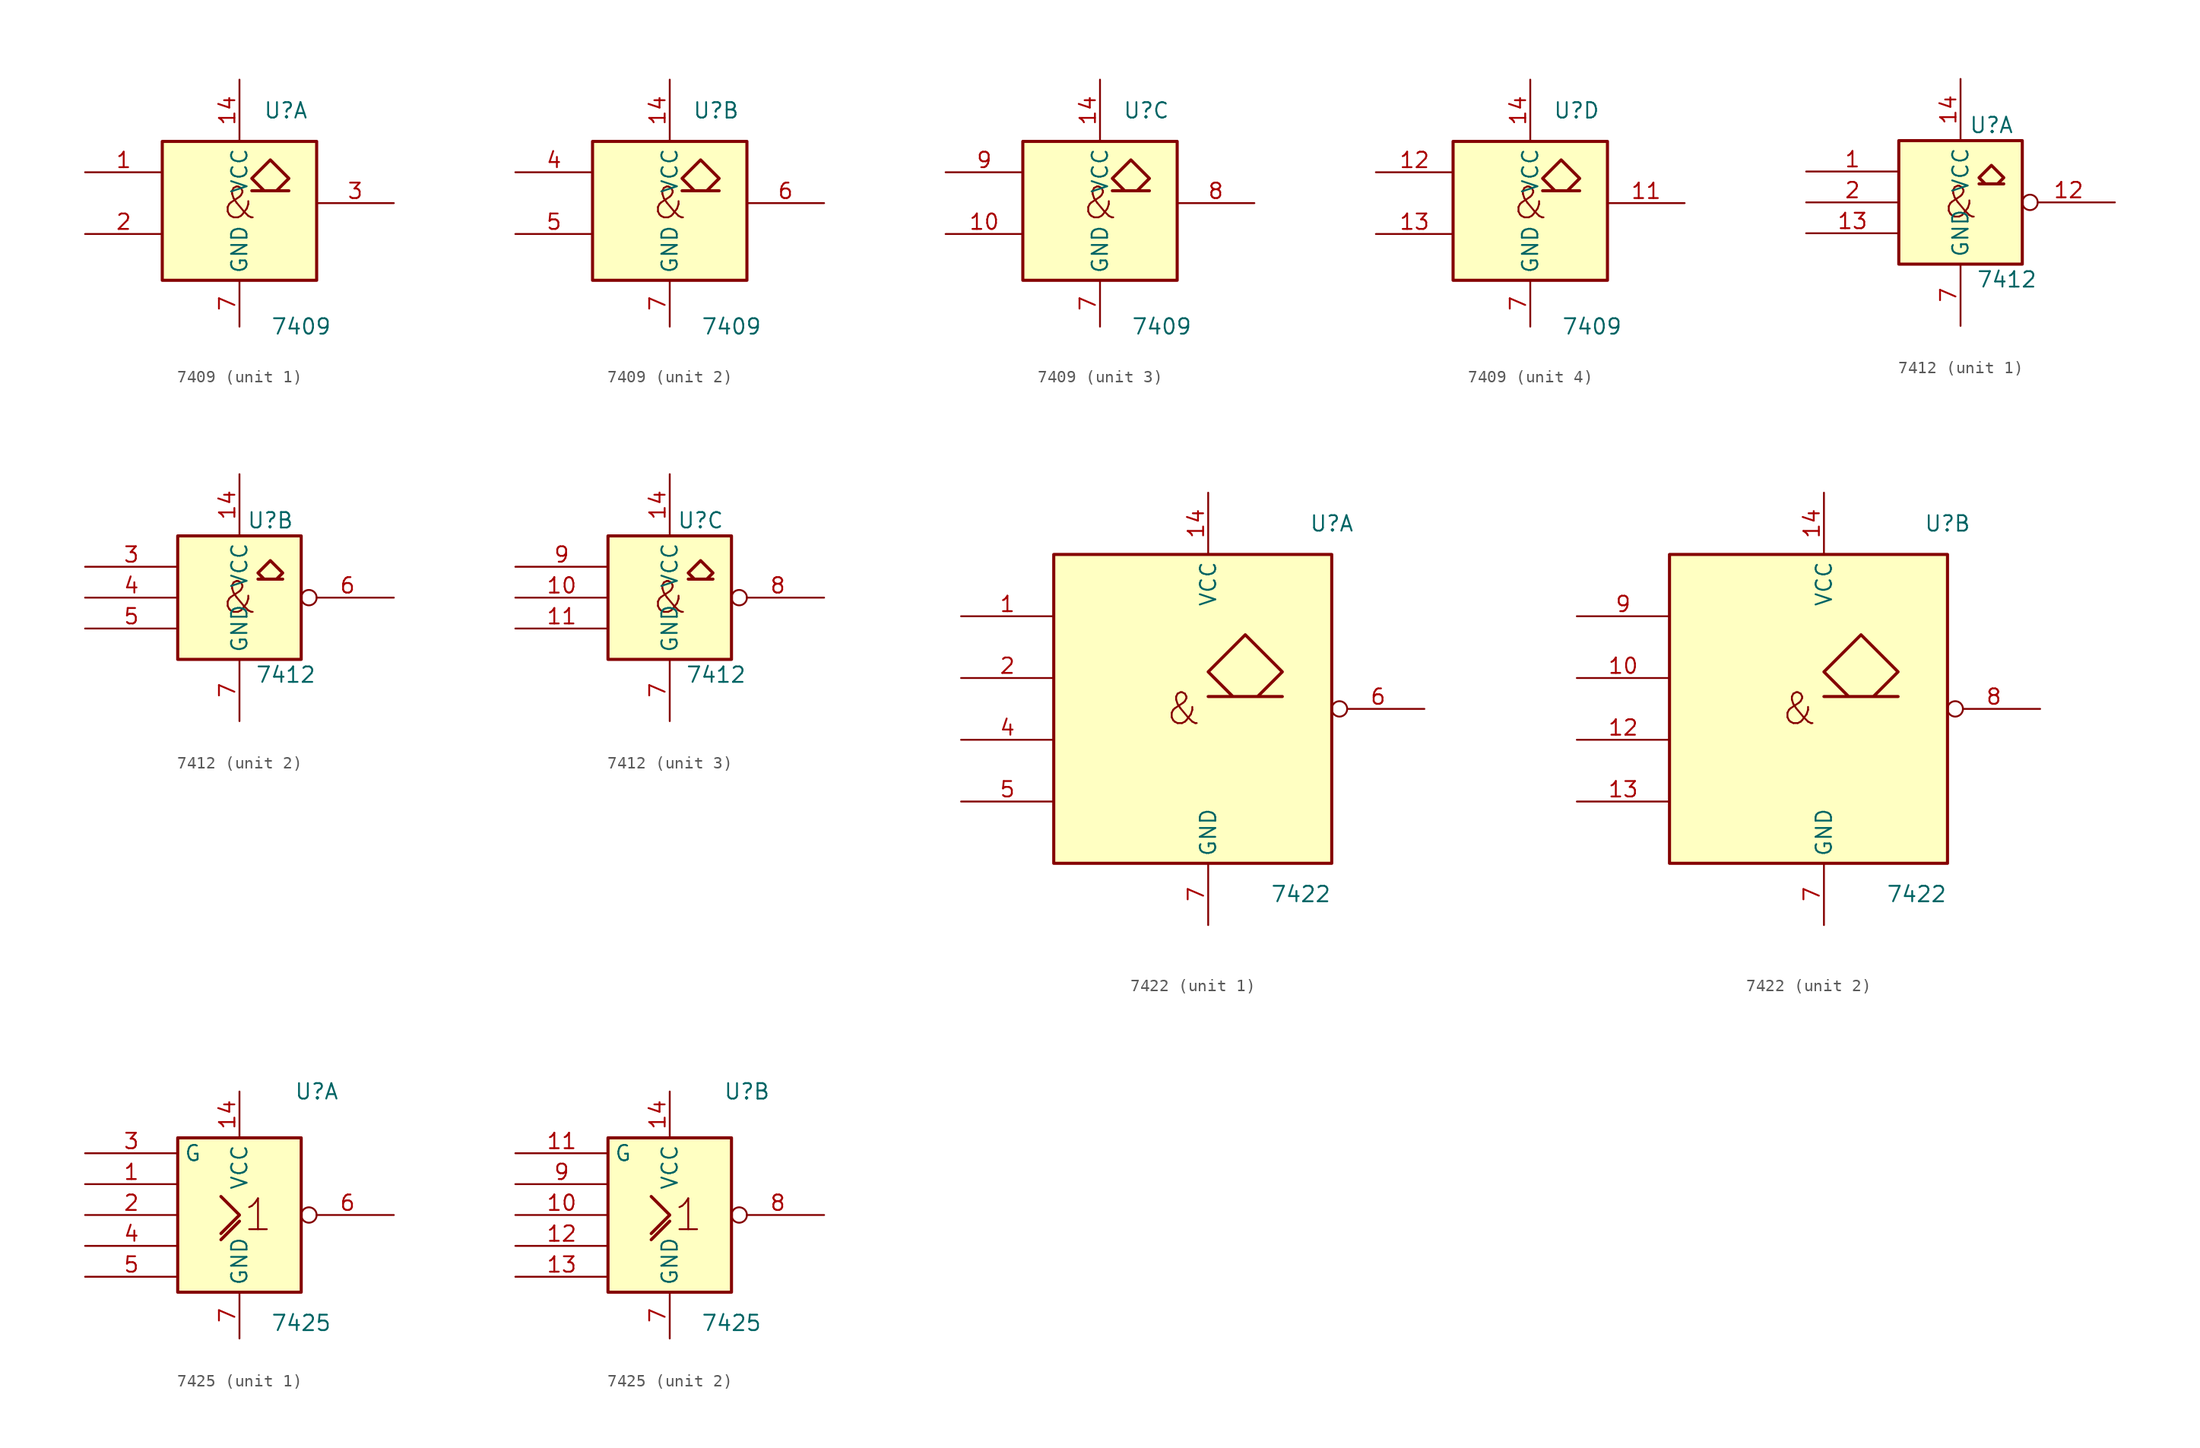
<source format=kicad_sym>
(kicad_symbol_lib
  (version 20241209)
  (generator "kicad_symbol_editor")
  (generator_version "9.0")
  (symbol "7409"
    (property "Reference" "U"
      (at 3.81 7.62 0)
      (effects (font (size 1.27 1.27))))
    (property "Value" "7409"
      (at 5.08 -10.16 0)
      (effects (font (size 1.27 1.27))))
    (symbol "7409_0_1"
      (rectangle (start -6.35 5.08) (end 6.35 -6.35) (stroke (width 0.254) (type default)) (fill (type background)))
      (polyline (pts (xy 1.016 2.032) (xy 2.032 1.016) (xy 1.016 2.032) (xy 2.54 3.556) (xy 4.064 2.032) (xy 3.048 1.016) (xy 4.064 1.016) (xy 1.016 1.016) (xy 1.016 1.016)) (stroke (width 0.254) (type default)) (fill (type background)))
      (text "&" (at 0 0 0) (effects (font (size 2.54 2.54))))
      (pin power_in line (at 0 10.16 270) (length 5.08) (name "VCC" (effects (font (size 1.27 1.27)))) (number "14" (effects (font (size 1.27 1.27)))))
      (pin power_in line (at 0 -10.16 90) (length 3.81) (name "GND" (effects (font (size 1.27 1.27)))) (number "7" (effects (font (size 1.27 1.27))))))
    (symbol "7409_1_1"
      (pin input line (at -12.7 2.54 0) (length 6.35) (name "~" (effects (font (size 1.27 1.27)))) (number "1" (effects (font (size 1.27 1.27)))))
      (pin input line (at -12.7 -2.54 0) (length 6.35) (name "~" (effects (font (size 1.27 1.27)))) (number "2" (effects (font (size 1.27 1.27)))))
      (pin open_collector line (at 12.7 0 180) (length 6.35) (name "~" (effects (font (size 1.27 1.27)))) (number "3" (effects (font (size 1.27 1.27))))))
    (symbol "7409_2_1"
      (pin input line (at -12.7 2.54 0) (length 6.35) (name "~" (effects (font (size 1.27 1.27)))) (number "4" (effects (font (size 1.27 1.27)))))
      (pin input line (at -12.7 -2.54 0) (length 6.35) (name "~" (effects (font (size 1.27 1.27)))) (number "5" (effects (font (size 1.27 1.27)))))
      (pin open_collector line (at 12.7 0 180) (length 6.35) (name "~" (effects (font (size 1.27 1.27)))) (number "6" (effects (font (size 1.27 1.27))))))
    (symbol "7409_3_1"
      (pin input line (at -12.7 2.54 0) (length 6.35) (name "~" (effects (font (size 1.27 1.27)))) (number "9" (effects (font (size 1.27 1.27)))))
      (pin input line (at -12.7 -2.54 0) (length 6.35) (name "~" (effects (font (size 1.27 1.27)))) (number "10" (effects (font (size 1.27 1.27)))))
      (pin open_collector line (at 12.7 0 180) (length 6.35) (name "~" (effects (font (size 1.27 1.27)))) (number "8" (effects (font (size 1.27 1.27))))))
    (symbol "7409_4_1"
      (pin input line (at -12.7 2.54 0) (length 6.35) (name "~" (effects (font (size 1.27 1.27)))) (number "12" (effects (font (size 1.27 1.27)))))
      (pin input line (at -12.7 -2.54 0) (length 6.35) (name "~" (effects (font (size 1.27 1.27)))) (number "13" (effects (font (size 1.27 1.27)))))
      (pin open_collector line (at 12.7 0 180) (length 6.35) (name "~" (effects (font (size 1.27 1.27)))) (number "11" (effects (font (size 1.27 1.27)))))))
  (symbol "7412"
    (property "Reference" "U"
      (at 2.54 6.35 0)
      (effects (font (size 1.27 1.27))))
    (property "Value" "7412"
      (at 3.81 -6.35 0)
      (effects (font (size 1.27 1.27))))
    (symbol "7412_0_0"
      (polyline (pts (xy 2.032 1.524) (xy 1.524 2.032) (xy 2.54 3.048) (xy 3.556 2.032) (xy 3.048 1.524) (xy 3.556 1.524) (xy 1.524 1.524) (xy 1.524 1.524)) (stroke (width 0.254) (type default)) (fill (type background)))
      (text "&" (at 0 0 0) (effects (font (size 2.54 2.54)))))
    (symbol "7412_0_1"
      (rectangle (start -5.08 5.08) (end 5.08 -5.08) (stroke (width 0.254) (type default)) (fill (type background)))
      (pin power_in line (at 0 10.16 270) (length 5.08) (name "VCC" (effects (font (size 1.27 1.27)))) (number "14" (effects (font (size 1.27 1.27)))))
      (pin power_in line (at 0 -10.16 90) (length 5.08) (name "GND" (effects (font (size 1.27 1.27)))) (number "7" (effects (font (size 1.27 1.27))))))
    (symbol "7412_1_1"
      (pin input line (at -12.7 2.54 0) (length 7.62) (name "~" (effects (font (size 1.27 1.27)))) (number "1" (effects (font (size 1.27 1.27)))))
      (pin input line (at -12.7 0 0) (length 7.62) (name "~" (effects (font (size 1.27 1.27)))) (number "2" (effects (font (size 1.27 1.27)))))
      (pin input line (at -12.7 -2.54 0) (length 7.62) (name "~" (effects (font (size 1.27 1.27)))) (number "13" (effects (font (size 1.27 1.27)))))
      (pin open_collector inverted (at 12.7 0 180) (length 7.62) (name "~" (effects (font (size 1.27 1.27)))) (number "12" (effects (font (size 1.27 1.27))))))
    (symbol "7412_2_1"
      (pin input line (at -12.7 2.54 0) (length 7.62) (name "~" (effects (font (size 1.27 1.27)))) (number "3" (effects (font (size 1.27 1.27)))))
      (pin input line (at -12.7 0 0) (length 7.62) (name "~" (effects (font (size 1.27 1.27)))) (number "4" (effects (font (size 1.27 1.27)))))
      (pin input line (at -12.7 -2.54 0) (length 7.62) (name "~" (effects (font (size 1.27 1.27)))) (number "5" (effects (font (size 1.27 1.27)))))
      (pin open_collector inverted (at 12.7 0 180) (length 7.62) (name "~" (effects (font (size 1.27 1.27)))) (number "6" (effects (font (size 1.27 1.27))))))
    (symbol "7412_3_1"
      (pin input line (at -12.7 2.54 0) (length 7.62) (name "~" (effects (font (size 1.27 1.27)))) (number "9" (effects (font (size 1.27 1.27)))))
      (pin input line (at -12.7 0 0) (length 7.62) (name "~" (effects (font (size 1.27 1.27)))) (number "10" (effects (font (size 1.27 1.27)))))
      (pin input line (at -12.7 -2.54 0) (length 7.62) (name "~" (effects (font (size 1.27 1.27)))) (number "11" (effects (font (size 1.27 1.27)))))
      (pin open_collector inverted (at 12.7 0 180) (length 7.62) (name "~" (effects (font (size 1.27 1.27)))) (number "8" (effects (font (size 1.27 1.27)))))))
  (symbol "7422"
    (property "Reference" "U"
      (at 10.16 15.24 0)
      (effects (font (size 1.27 1.27))))
    (property "Value" "7422"
      (at 7.62 -15.24 0)
      (effects (font (size 1.27 1.27))))
    (symbol "7422_0_0"
      (text "&" (at -2.032 0 0) (effects (font (size 2.54 2.54)))))
    (symbol "7422_0_1"
      (rectangle (start -12.7 12.7) (end 10.16 -12.7) (stroke (width 0.254) (type default)) (fill (type background)))
      (polyline (pts (xy 4.064 1.016) (xy 6.096 3.048) (xy 3.048 6.096) (xy 0 3.048) (xy 2.032 1.016) (xy 0 1.016) (xy 6.096 1.016) (xy 6.096 1.016)) (stroke (width 0.254) (type default)) (fill (type background)))
      (pin power_in line (at 0 17.78 270) (length 5.08) (name "VCC" (effects (font (size 1.27 1.27)))) (number "14" (effects (font (size 1.27 1.27)))))
      (pin power_in line (at 0 -17.78 90) (length 5.08) (name "GND" (effects (font (size 1.27 1.27)))) (number "7" (effects (font (size 1.27 1.27))))))
    (symbol "7422_1_1"
      (pin input line (at -20.32 7.62 0) (length 7.62) (name "~" (effects (font (size 1.27 1.27)))) (number "1" (effects (font (size 1.27 1.27)))))
      (pin input line (at -20.32 2.54 0) (length 7.62) (name "~" (effects (font (size 1.27 1.27)))) (number "2" (effects (font (size 1.27 1.27)))))
      (pin input line (at -20.32 -2.54 0) (length 7.62) (name "~" (effects (font (size 1.27 1.27)))) (number "4" (effects (font (size 1.27 1.27)))))
      (pin input line (at -20.32 -7.62 0) (length 7.62) (name "~" (effects (font (size 1.27 1.27)))) (number "5" (effects (font (size 1.27 1.27)))))
      (pin open_collector inverted (at 17.78 0 180) (length 7.62) (name "~" (effects (font (size 1.27 1.27)))) (number "6" (effects (font (size 1.27 1.27))))))
    (symbol "7422_2_1"
      (pin input line (at -20.32 7.62 0) (length 7.62) (name "~" (effects (font (size 1.27 1.27)))) (number "9" (effects (font (size 1.27 1.27)))))
      (pin input line (at -20.32 2.54 0) (length 7.62) (name "~" (effects (font (size 1.27 1.27)))) (number "10" (effects (font (size 1.27 1.27)))))
      (pin input line (at -20.32 -2.54 0) (length 7.62) (name "~" (effects (font (size 1.27 1.27)))) (number "12" (effects (font (size 1.27 1.27)))))
      (pin input line (at -20.32 -7.62 0) (length 7.62) (name "~" (effects (font (size 1.27 1.27)))) (number "13" (effects (font (size 1.27 1.27)))))
      (pin open_collector inverted (at 17.78 0 180) (length 7.62) (name "~" (effects (font (size 1.27 1.27)))) (number "8" (effects (font (size 1.27 1.27)))))))
  (symbol "7425"
    (property "Reference" "U"
      (at 6.35 10.16 0)
      (effects (font (size 1.27 1.27))))
    (property "Value" "7425"
      (at 5.08 -8.89 0)
      (effects (font (size 1.27 1.27))))
    (symbol "7425_0_0"
      (polyline (pts (xy -1.524 1.524) (xy 0 0) (xy -1.524 -1.524) (xy -1.524 -1.524)) (stroke (width 0.254) (type default)) (fill (type background)))
      (polyline (pts (xy -1.524 -2.032) (xy 0 -0.508) (xy 0 -0.508)) (stroke (width 0.254) (type default)) (fill (type background)))
      (text "1" (at 1.524 0 0) (effects (font (size 2.54 2.54)))))
    (symbol "7425_0_1"
      (rectangle (start -5.08 6.35) (end 5.08 -6.35) (stroke (width 0.254) (type default)) (fill (type background)))
      (pin power_in line (at 0 10.16 270) (length 3.81) (name "VCC" (effects (font (size 1.27 1.27)))) (number "14" (effects (font (size 1.27 1.27)))))
      (pin power_in line (at 0 -10.16 90) (length 3.81) (name "GND" (effects (font (size 1.27 1.27)))) (number "7" (effects (font (size 1.27 1.27))))))
    (symbol "7425_1_1"
      (pin input line (at -12.7 5.08 0) (length 7.62) (name "G" (effects (font (size 1.27 1.27)))) (number "3" (effects (font (size 1.27 1.27)))))
      (pin input line (at -12.7 2.54 0) (length 7.62) (name "~" (effects (font (size 1.27 1.27)))) (number "1" (effects (font (size 1.27 1.27)))))
      (pin input line (at -12.7 0 0) (length 7.62) (name "~" (effects (font (size 1.27 1.27)))) (number "2" (effects (font (size 1.27 1.27)))))
      (pin input line (at -12.7 -2.54 0) (length 7.62) (name "~" (effects (font (size 1.27 1.27)))) (number "4" (effects (font (size 1.27 1.27)))))
      (pin input line (at -12.7 -5.08 0) (length 7.62) (name "~" (effects (font (size 1.27 1.27)))) (number "5" (effects (font (size 1.27 1.27)))))
      (pin output inverted (at 12.7 0 180) (length 7.62) (name "~" (effects (font (size 1.27 1.27)))) (number "6" (effects (font (size 1.27 1.27))))))
    (symbol "7425_2_1"
      (pin input line (at -12.7 5.08 0) (length 7.62) (name "G" (effects (font (size 1.27 1.27)))) (number "11" (effects (font (size 1.27 1.27)))))
      (pin input line (at -12.7 2.54 0) (length 7.62) (name "~" (effects (font (size 1.27 1.27)))) (number "9" (effects (font (size 1.27 1.27)))))
      (pin input line (at -12.7 0 0) (length 7.62) (name "~" (effects (font (size 1.27 1.27)))) (number "10" (effects (font (size 1.27 1.27)))))
      (pin input line (at -12.7 -2.54 0) (length 7.62) (name "~" (effects (font (size 1.27 1.27)))) (number "12" (effects (font (size 1.27 1.27)))))
      (pin input line (at -12.7 -5.08 0) (length 7.62) (name "~" (effects (font (size 1.27 1.27)))) (number "13" (effects (font (size 1.27 1.27)))))
      (pin output inverted (at 12.7 0 180) (length 7.62) (name "~" (effects (font (size 1.27 1.27)))) (number "8" (effects (font (size 1.27 1.27))))))))
</source>
